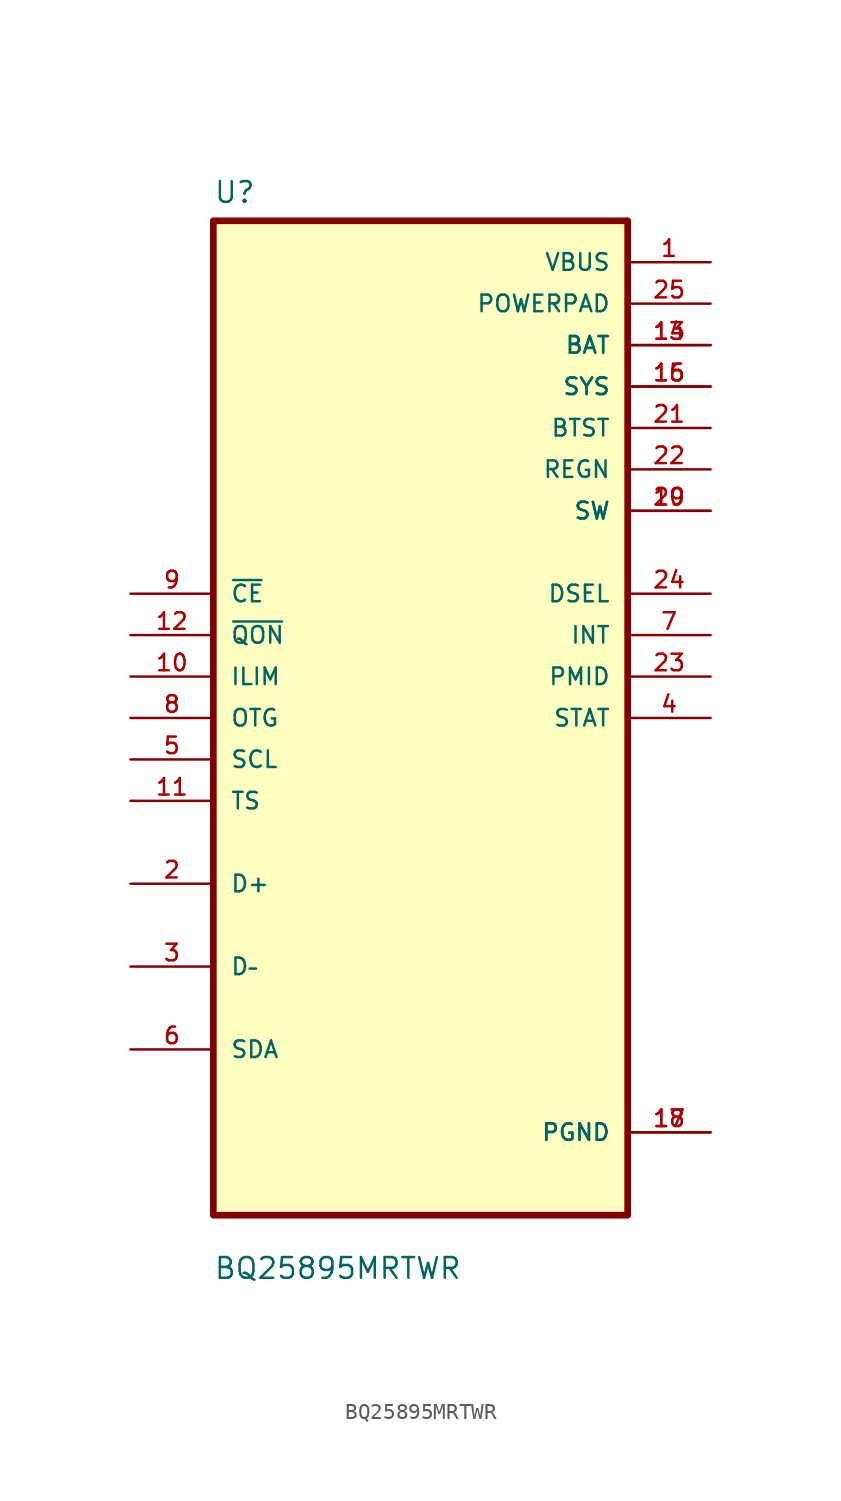
<source format=kicad_sym>
(kicad_symbol_lib
  (version 20211014)
  (generator kicad_symbol_editor)
  (symbol "BQ25895MRTWR"
    (pin_names
      (offset 1.016))
    (property "Reference" "U"
      (at -12.7 31.48 0.0)
      (effects (font (size 1.27 1.27)) (justify bottom left)))
    (property "Value" "BQ25895MRTWR"
      (at -12.7 -34.48 0.0)
      (effects (font (size 1.27 1.27)) (justify bottom left)))
    (symbol "BQ25895MRTWR_0_0"
      (rectangle (start -12.7 -30.48) (end 12.7 30.48) (stroke (width 0.41)) (fill (type background)))
      (pin input line (at -17.78 7.62 0) (length 5.08) (name "~{CE}" (effects (font (size 1.016 1.016)))) (number "9" (effects (font (size 1.016 1.016)))))
      (pin input line (at -17.78 5.08 0) (length 5.08) (name "~{QON}" (effects (font (size 1.016 1.016)))) (number "12" (effects (font (size 1.016 1.016)))))
      (pin input line (at -17.78 2.54 0) (length 5.08) (name "ILIM" (effects (font (size 1.016 1.016)))) (number "10" (effects (font (size 1.016 1.016)))))
      (pin input line (at -17.78 -2.66454e-15 0) (length 5.08) (name "OTG" (effects (font (size 1.016 1.016)))) (number "8" (effects (font (size 1.016 1.016)))))
      (pin input line (at -17.78 -2.54 0) (length 5.08) (name "SCL" (effects (font (size 1.016 1.016)))) (number "5" (effects (font (size 1.016 1.016)))))
      (pin input line (at -17.78 -5.08 0) (length 5.08) (name "TS" (effects (font (size 1.016 1.016)))) (number "11" (effects (font (size 1.016 1.016)))))
      (pin bidirectional line (at -17.78 -10.16 0) (length 5.08) (name "D+" (effects (font (size 1.016 1.016)))) (number "2" (effects (font (size 1.016 1.016)))))
      (pin bidirectional line (at -17.78 -15.24 0) (length 5.08) (name "D–" (effects (font (size 1.016 1.016)))) (number "3" (effects (font (size 1.016 1.016)))))
      (pin bidirectional line (at -17.78 -20.32 0) (length 5.08) (name "SDA" (effects (font (size 1.016 1.016)))) (number "6" (effects (font (size 1.016 1.016)))))
      (pin power_in line (at 17.78 27.94 180.0) (length 5.08) (name "VBUS" (effects (font (size 1.016 1.016)))) (number "1" (effects (font (size 1.016 1.016)))))
      (pin power_in line (at 17.78 25.4 180.0) (length 5.08) (name "POWERPAD" (effects (font (size 1.016 1.016)))) (number "25" (effects (font (size 1.016 1.016)))))
      (pin power_in line (at 17.78 22.86 180.0) (length 5.08) (name "BAT" (effects (font (size 1.016 1.016)))) (number "13" (effects (font (size 1.016 1.016)))))
      (pin power_in line (at 17.78 22.86 180.0) (length 5.08) (name "BAT" (effects (font (size 1.016 1.016)))) (number "14" (effects (font (size 1.016 1.016)))))
      (pin power_in line (at 17.78 20.32 180.0) (length 5.08) (name "SYS" (effects (font (size 1.016 1.016)))) (number "15" (effects (font (size 1.016 1.016)))))
      (pin power_in line (at 17.78 20.32 180.0) (length 5.08) (name "SYS" (effects (font (size 1.016 1.016)))) (number "16" (effects (font (size 1.016 1.016)))))
      (pin power_in line (at 17.78 17.78 180.0) (length 5.08) (name "BTST" (effects (font (size 1.016 1.016)))) (number "21" (effects (font (size 1.016 1.016)))))
      (pin power_in line (at 17.78 15.24 180.0) (length 5.08) (name "REGN" (effects (font (size 1.016 1.016)))) (number "22" (effects (font (size 1.016 1.016)))))
      (pin power_in line (at 17.78 12.7 180.0) (length 5.08) (name "SW" (effects (font (size 1.016 1.016)))) (number "19" (effects (font (size 1.016 1.016)))))
      (pin power_in line (at 17.78 12.7 180.0) (length 5.08) (name "SW" (effects (font (size 1.016 1.016)))) (number "20" (effects (font (size 1.016 1.016)))))
      (pin output line (at 17.78 7.62 180.0) (length 5.08) (name "DSEL" (effects (font (size 1.016 1.016)))) (number "24" (effects (font (size 1.016 1.016)))))
      (pin output line (at 17.78 5.08 180.0) (length 5.08) (name "INT" (effects (font (size 1.016 1.016)))) (number "7" (effects (font (size 1.016 1.016)))))
      (pin output line (at 17.78 2.54 180.0) (length 5.08) (name "PMID" (effects (font (size 1.016 1.016)))) (number "23" (effects (font (size 1.016 1.016)))))
      (pin output line (at 17.78 6.21725e-15 180.0) (length 5.08) (name "STAT" (effects (font (size 1.016 1.016)))) (number "4" (effects (font (size 1.016 1.016)))))
      (pin power_in line (at 17.78 -25.4 180.0) (length 5.08) (name "PGND" (effects (font (size 1.016 1.016)))) (number "17" (effects (font (size 1.016 1.016)))))
      (pin power_in line (at 17.78 -25.4 180.0) (length 5.08) (name "PGND" (effects (font (size 1.016 1.016)))) (number "18" (effects (font (size 1.016 1.016))))))))
</source>
